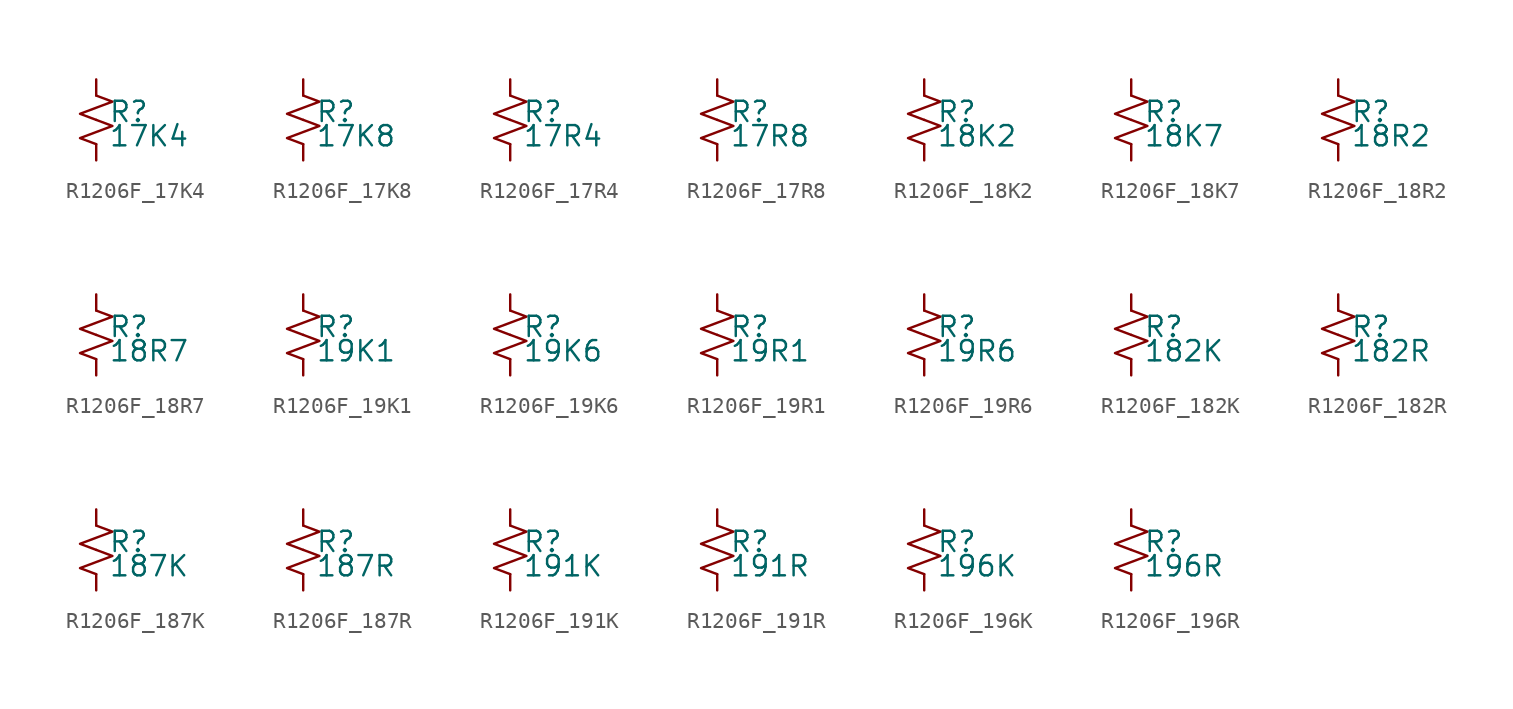
<source format=kicad_sym>
(kicad_symbol_lib
  (version 20220914)
  (generator kicad_symbol_editor)
  (symbol "R1206F_17K4"
    (pin_numbers hide)
    (pin_names
      (offset 0.254) hide)
    (property "Reference" "R"
      (at 0.762 0.508 0)
      (effects (font (size 1.27 1.27)) (justify left)))
    (property "Value" "17K4"
      (at 0.762 -1.016 0)
      (effects (font (size 1.27 1.27)) (justify left)))
    (symbol "R1206F_17K4_1_1"
      (polyline (pts (xy 0 0) (xy 1.016 -0.381) (xy 0 -0.762) (xy -1.016 -1.143) (xy 0 -1.524)) (stroke (width 0) (type default)) (fill (type none)))
      (polyline (pts (xy 0 1.524) (xy 1.016 1.143) (xy 0 0.762) (xy -1.016 0.381) (xy 0 0)) (stroke (width 0) (type default)) (fill (type none)))
      (pin passive line (at 0 2.54 270) (length 1.016) (name "~" (effects (font (size 1.27 1.27)))) (number "1" (effects (font (size 1.27 1.27)))))
      (pin passive line (at 0 -2.54 90) (length 1.016) (name "~" (effects (font (size 1.27 1.27)))) (number "2" (effects (font (size 1.27 1.27)))))))
  (symbol "R1206F_17K8"
    (pin_numbers hide)
    (pin_names
      (offset 0.254) hide)
    (property "Reference" "R"
      (at 0.762 0.508 0)
      (effects (font (size 1.27 1.27)) (justify left)))
    (property "Value" "17K8"
      (at 0.762 -1.016 0)
      (effects (font (size 1.27 1.27)) (justify left)))
    (symbol "R1206F_17K8_1_1"
      (polyline (pts (xy 0 0) (xy 1.016 -0.381) (xy 0 -0.762) (xy -1.016 -1.143) (xy 0 -1.524)) (stroke (width 0) (type default)) (fill (type none)))
      (polyline (pts (xy 0 1.524) (xy 1.016 1.143) (xy 0 0.762) (xy -1.016 0.381) (xy 0 0)) (stroke (width 0) (type default)) (fill (type none)))
      (pin passive line (at 0 2.54 270) (length 1.016) (name "~" (effects (font (size 1.27 1.27)))) (number "1" (effects (font (size 1.27 1.27)))))
      (pin passive line (at 0 -2.54 90) (length 1.016) (name "~" (effects (font (size 1.27 1.27)))) (number "2" (effects (font (size 1.27 1.27)))))))
  (symbol "R1206F_17R4"
    (pin_numbers hide)
    (pin_names
      (offset 0.254) hide)
    (property "Reference" "R"
      (at 0.762 0.508 0)
      (effects (font (size 1.27 1.27)) (justify left)))
    (property "Value" "17R4"
      (at 0.762 -1.016 0)
      (effects (font (size 1.27 1.27)) (justify left)))
    (symbol "R1206F_17R4_1_1"
      (polyline (pts (xy 0 0) (xy 1.016 -0.381) (xy 0 -0.762) (xy -1.016 -1.143) (xy 0 -1.524)) (stroke (width 0) (type default)) (fill (type none)))
      (polyline (pts (xy 0 1.524) (xy 1.016 1.143) (xy 0 0.762) (xy -1.016 0.381) (xy 0 0)) (stroke (width 0) (type default)) (fill (type none)))
      (pin passive line (at 0 2.54 270) (length 1.016) (name "~" (effects (font (size 1.27 1.27)))) (number "1" (effects (font (size 1.27 1.27)))))
      (pin passive line (at 0 -2.54 90) (length 1.016) (name "~" (effects (font (size 1.27 1.27)))) (number "2" (effects (font (size 1.27 1.27)))))))
  (symbol "R1206F_17R8"
    (pin_numbers hide)
    (pin_names
      (offset 0.254) hide)
    (property "Reference" "R"
      (at 0.762 0.508 0)
      (effects (font (size 1.27 1.27)) (justify left)))
    (property "Value" "17R8"
      (at 0.762 -1.016 0)
      (effects (font (size 1.27 1.27)) (justify left)))
    (symbol "R1206F_17R8_1_1"
      (polyline (pts (xy 0 0) (xy 1.016 -0.381) (xy 0 -0.762) (xy -1.016 -1.143) (xy 0 -1.524)) (stroke (width 0) (type default)) (fill (type none)))
      (polyline (pts (xy 0 1.524) (xy 1.016 1.143) (xy 0 0.762) (xy -1.016 0.381) (xy 0 0)) (stroke (width 0) (type default)) (fill (type none)))
      (pin passive line (at 0 2.54 270) (length 1.016) (name "~" (effects (font (size 1.27 1.27)))) (number "1" (effects (font (size 1.27 1.27)))))
      (pin passive line (at 0 -2.54 90) (length 1.016) (name "~" (effects (font (size 1.27 1.27)))) (number "2" (effects (font (size 1.27 1.27)))))))
  (symbol "R1206F_18K2"
    (pin_numbers hide)
    (pin_names
      (offset 0.254) hide)
    (property "Reference" "R"
      (at 0.762 0.508 0)
      (effects (font (size 1.27 1.27)) (justify left)))
    (property "Value" "18K2"
      (at 0.762 -1.016 0)
      (effects (font (size 1.27 1.27)) (justify left)))
    (symbol "R1206F_18K2_1_1"
      (polyline (pts (xy 0 0) (xy 1.016 -0.381) (xy 0 -0.762) (xy -1.016 -1.143) (xy 0 -1.524)) (stroke (width 0) (type default)) (fill (type none)))
      (polyline (pts (xy 0 1.524) (xy 1.016 1.143) (xy 0 0.762) (xy -1.016 0.381) (xy 0 0)) (stroke (width 0) (type default)) (fill (type none)))
      (pin passive line (at 0 2.54 270) (length 1.016) (name "~" (effects (font (size 1.27 1.27)))) (number "1" (effects (font (size 1.27 1.27)))))
      (pin passive line (at 0 -2.54 90) (length 1.016) (name "~" (effects (font (size 1.27 1.27)))) (number "2" (effects (font (size 1.27 1.27)))))))
  (symbol "R1206F_18K7"
    (pin_numbers hide)
    (pin_names
      (offset 0.254) hide)
    (property "Reference" "R"
      (at 0.762 0.508 0)
      (effects (font (size 1.27 1.27)) (justify left)))
    (property "Value" "18K7"
      (at 0.762 -1.016 0)
      (effects (font (size 1.27 1.27)) (justify left)))
    (symbol "R1206F_18K7_1_1"
      (polyline (pts (xy 0 0) (xy 1.016 -0.381) (xy 0 -0.762) (xy -1.016 -1.143) (xy 0 -1.524)) (stroke (width 0) (type default)) (fill (type none)))
      (polyline (pts (xy 0 1.524) (xy 1.016 1.143) (xy 0 0.762) (xy -1.016 0.381) (xy 0 0)) (stroke (width 0) (type default)) (fill (type none)))
      (pin passive line (at 0 2.54 270) (length 1.016) (name "~" (effects (font (size 1.27 1.27)))) (number "1" (effects (font (size 1.27 1.27)))))
      (pin passive line (at 0 -2.54 90) (length 1.016) (name "~" (effects (font (size 1.27 1.27)))) (number "2" (effects (font (size 1.27 1.27)))))))
  (symbol "R1206F_18R2"
    (pin_numbers hide)
    (pin_names
      (offset 0.254) hide)
    (property "Reference" "R"
      (at 0.762 0.508 0)
      (effects (font (size 1.27 1.27)) (justify left)))
    (property "Value" "18R2"
      (at 0.762 -1.016 0)
      (effects (font (size 1.27 1.27)) (justify left)))
    (symbol "R1206F_18R2_1_1"
      (polyline (pts (xy 0 0) (xy 1.016 -0.381) (xy 0 -0.762) (xy -1.016 -1.143) (xy 0 -1.524)) (stroke (width 0) (type default)) (fill (type none)))
      (polyline (pts (xy 0 1.524) (xy 1.016 1.143) (xy 0 0.762) (xy -1.016 0.381) (xy 0 0)) (stroke (width 0) (type default)) (fill (type none)))
      (pin passive line (at 0 2.54 270) (length 1.016) (name "~" (effects (font (size 1.27 1.27)))) (number "1" (effects (font (size 1.27 1.27)))))
      (pin passive line (at 0 -2.54 90) (length 1.016) (name "~" (effects (font (size 1.27 1.27)))) (number "2" (effects (font (size 1.27 1.27)))))))
  (symbol "R1206F_18R7"
    (pin_numbers hide)
    (pin_names
      (offset 0.254) hide)
    (property "Reference" "R"
      (at 0.762 0.508 0)
      (effects (font (size 1.27 1.27)) (justify left)))
    (property "Value" "18R7"
      (at 0.762 -1.016 0)
      (effects (font (size 1.27 1.27)) (justify left)))
    (symbol "R1206F_18R7_1_1"
      (polyline (pts (xy 0 0) (xy 1.016 -0.381) (xy 0 -0.762) (xy -1.016 -1.143) (xy 0 -1.524)) (stroke (width 0) (type default)) (fill (type none)))
      (polyline (pts (xy 0 1.524) (xy 1.016 1.143) (xy 0 0.762) (xy -1.016 0.381) (xy 0 0)) (stroke (width 0) (type default)) (fill (type none)))
      (pin passive line (at 0 2.54 270) (length 1.016) (name "~" (effects (font (size 1.27 1.27)))) (number "1" (effects (font (size 1.27 1.27)))))
      (pin passive line (at 0 -2.54 90) (length 1.016) (name "~" (effects (font (size 1.27 1.27)))) (number "2" (effects (font (size 1.27 1.27)))))))
  (symbol "R1206F_19K1"
    (pin_numbers hide)
    (pin_names
      (offset 0.254) hide)
    (property "Reference" "R"
      (at 0.762 0.508 0)
      (effects (font (size 1.27 1.27)) (justify left)))
    (property "Value" "19K1"
      (at 0.762 -1.016 0)
      (effects (font (size 1.27 1.27)) (justify left)))
    (symbol "R1206F_19K1_1_1"
      (polyline (pts (xy 0 0) (xy 1.016 -0.381) (xy 0 -0.762) (xy -1.016 -1.143) (xy 0 -1.524)) (stroke (width 0) (type default)) (fill (type none)))
      (polyline (pts (xy 0 1.524) (xy 1.016 1.143) (xy 0 0.762) (xy -1.016 0.381) (xy 0 0)) (stroke (width 0) (type default)) (fill (type none)))
      (pin passive line (at 0 2.54 270) (length 1.016) (name "~" (effects (font (size 1.27 1.27)))) (number "1" (effects (font (size 1.27 1.27)))))
      (pin passive line (at 0 -2.54 90) (length 1.016) (name "~" (effects (font (size 1.27 1.27)))) (number "2" (effects (font (size 1.27 1.27)))))))
  (symbol "R1206F_19K6"
    (pin_numbers hide)
    (pin_names
      (offset 0.254) hide)
    (property "Reference" "R"
      (at 0.762 0.508 0)
      (effects (font (size 1.27 1.27)) (justify left)))
    (property "Value" "19K6"
      (at 0.762 -1.016 0)
      (effects (font (size 1.27 1.27)) (justify left)))
    (symbol "R1206F_19K6_1_1"
      (polyline (pts (xy 0 0) (xy 1.016 -0.381) (xy 0 -0.762) (xy -1.016 -1.143) (xy 0 -1.524)) (stroke (width 0) (type default)) (fill (type none)))
      (polyline (pts (xy 0 1.524) (xy 1.016 1.143) (xy 0 0.762) (xy -1.016 0.381) (xy 0 0)) (stroke (width 0) (type default)) (fill (type none)))
      (pin passive line (at 0 2.54 270) (length 1.016) (name "~" (effects (font (size 1.27 1.27)))) (number "1" (effects (font (size 1.27 1.27)))))
      (pin passive line (at 0 -2.54 90) (length 1.016) (name "~" (effects (font (size 1.27 1.27)))) (number "2" (effects (font (size 1.27 1.27)))))))
  (symbol "R1206F_19R1"
    (pin_numbers hide)
    (pin_names
      (offset 0.254) hide)
    (property "Reference" "R"
      (at 0.762 0.508 0)
      (effects (font (size 1.27 1.27)) (justify left)))
    (property "Value" "19R1"
      (at 0.762 -1.016 0)
      (effects (font (size 1.27 1.27)) (justify left)))
    (symbol "R1206F_19R1_1_1"
      (polyline (pts (xy 0 0) (xy 1.016 -0.381) (xy 0 -0.762) (xy -1.016 -1.143) (xy 0 -1.524)) (stroke (width 0) (type default)) (fill (type none)))
      (polyline (pts (xy 0 1.524) (xy 1.016 1.143) (xy 0 0.762) (xy -1.016 0.381) (xy 0 0)) (stroke (width 0) (type default)) (fill (type none)))
      (pin passive line (at 0 2.54 270) (length 1.016) (name "~" (effects (font (size 1.27 1.27)))) (number "1" (effects (font (size 1.27 1.27)))))
      (pin passive line (at 0 -2.54 90) (length 1.016) (name "~" (effects (font (size 1.27 1.27)))) (number "2" (effects (font (size 1.27 1.27)))))))
  (symbol "R1206F_19R6"
    (pin_numbers hide)
    (pin_names
      (offset 0.254) hide)
    (property "Reference" "R"
      (at 0.762 0.508 0)
      (effects (font (size 1.27 1.27)) (justify left)))
    (property "Value" "19R6"
      (at 0.762 -1.016 0)
      (effects (font (size 1.27 1.27)) (justify left)))
    (symbol "R1206F_19R6_1_1"
      (polyline (pts (xy 0 0) (xy 1.016 -0.381) (xy 0 -0.762) (xy -1.016 -1.143) (xy 0 -1.524)) (stroke (width 0) (type default)) (fill (type none)))
      (polyline (pts (xy 0 1.524) (xy 1.016 1.143) (xy 0 0.762) (xy -1.016 0.381) (xy 0 0)) (stroke (width 0) (type default)) (fill (type none)))
      (pin passive line (at 0 2.54 270) (length 1.016) (name "~" (effects (font (size 1.27 1.27)))) (number "1" (effects (font (size 1.27 1.27)))))
      (pin passive line (at 0 -2.54 90) (length 1.016) (name "~" (effects (font (size 1.27 1.27)))) (number "2" (effects (font (size 1.27 1.27)))))))
  (symbol "R1206F_182K"
    (pin_numbers hide)
    (pin_names
      (offset 0.254) hide)
    (property "Reference" "R"
      (at 0.762 0.508 0)
      (effects (font (size 1.27 1.27)) (justify left)))
    (property "Value" "182K"
      (at 0.762 -1.016 0)
      (effects (font (size 1.27 1.27)) (justify left)))
    (symbol "R1206F_182K_1_1"
      (polyline (pts (xy 0 0) (xy 1.016 -0.381) (xy 0 -0.762) (xy -1.016 -1.143) (xy 0 -1.524)) (stroke (width 0) (type default)) (fill (type none)))
      (polyline (pts (xy 0 1.524) (xy 1.016 1.143) (xy 0 0.762) (xy -1.016 0.381) (xy 0 0)) (stroke (width 0) (type default)) (fill (type none)))
      (pin passive line (at 0 2.54 270) (length 1.016) (name "~" (effects (font (size 1.27 1.27)))) (number "1" (effects (font (size 1.27 1.27)))))
      (pin passive line (at 0 -2.54 90) (length 1.016) (name "~" (effects (font (size 1.27 1.27)))) (number "2" (effects (font (size 1.27 1.27)))))))
  (symbol "R1206F_182R"
    (pin_numbers hide)
    (pin_names
      (offset 0.254) hide)
    (property "Reference" "R"
      (at 0.762 0.508 0)
      (effects (font (size 1.27 1.27)) (justify left)))
    (property "Value" "182R"
      (at 0.762 -1.016 0)
      (effects (font (size 1.27 1.27)) (justify left)))
    (symbol "R1206F_182R_1_1"
      (polyline (pts (xy 0 0) (xy 1.016 -0.381) (xy 0 -0.762) (xy -1.016 -1.143) (xy 0 -1.524)) (stroke (width 0) (type default)) (fill (type none)))
      (polyline (pts (xy 0 1.524) (xy 1.016 1.143) (xy 0 0.762) (xy -1.016 0.381) (xy 0 0)) (stroke (width 0) (type default)) (fill (type none)))
      (pin passive line (at 0 2.54 270) (length 1.016) (name "~" (effects (font (size 1.27 1.27)))) (number "1" (effects (font (size 1.27 1.27)))))
      (pin passive line (at 0 -2.54 90) (length 1.016) (name "~" (effects (font (size 1.27 1.27)))) (number "2" (effects (font (size 1.27 1.27)))))))
  (symbol "R1206F_187K"
    (pin_numbers hide)
    (pin_names
      (offset 0.254) hide)
    (property "Reference" "R"
      (at 0.762 0.508 0)
      (effects (font (size 1.27 1.27)) (justify left)))
    (property "Value" "187K"
      (at 0.762 -1.016 0)
      (effects (font (size 1.27 1.27)) (justify left)))
    (symbol "R1206F_187K_1_1"
      (polyline (pts (xy 0 0) (xy 1.016 -0.381) (xy 0 -0.762) (xy -1.016 -1.143) (xy 0 -1.524)) (stroke (width 0) (type default)) (fill (type none)))
      (polyline (pts (xy 0 1.524) (xy 1.016 1.143) (xy 0 0.762) (xy -1.016 0.381) (xy 0 0)) (stroke (width 0) (type default)) (fill (type none)))
      (pin passive line (at 0 2.54 270) (length 1.016) (name "~" (effects (font (size 1.27 1.27)))) (number "1" (effects (font (size 1.27 1.27)))))
      (pin passive line (at 0 -2.54 90) (length 1.016) (name "~" (effects (font (size 1.27 1.27)))) (number "2" (effects (font (size 1.27 1.27)))))))
  (symbol "R1206F_187R"
    (pin_numbers hide)
    (pin_names
      (offset 0.254) hide)
    (property "Reference" "R"
      (at 0.762 0.508 0)
      (effects (font (size 1.27 1.27)) (justify left)))
    (property "Value" "187R"
      (at 0.762 -1.016 0)
      (effects (font (size 1.27 1.27)) (justify left)))
    (symbol "R1206F_187R_1_1"
      (polyline (pts (xy 0 0) (xy 1.016 -0.381) (xy 0 -0.762) (xy -1.016 -1.143) (xy 0 -1.524)) (stroke (width 0) (type default)) (fill (type none)))
      (polyline (pts (xy 0 1.524) (xy 1.016 1.143) (xy 0 0.762) (xy -1.016 0.381) (xy 0 0)) (stroke (width 0) (type default)) (fill (type none)))
      (pin passive line (at 0 2.54 270) (length 1.016) (name "~" (effects (font (size 1.27 1.27)))) (number "1" (effects (font (size 1.27 1.27)))))
      (pin passive line (at 0 -2.54 90) (length 1.016) (name "~" (effects (font (size 1.27 1.27)))) (number "2" (effects (font (size 1.27 1.27)))))))
  (symbol "R1206F_191K"
    (pin_numbers hide)
    (pin_names
      (offset 0.254) hide)
    (property "Reference" "R"
      (at 0.762 0.508 0)
      (effects (font (size 1.27 1.27)) (justify left)))
    (property "Value" "191K"
      (at 0.762 -1.016 0)
      (effects (font (size 1.27 1.27)) (justify left)))
    (symbol "R1206F_191K_1_1"
      (polyline (pts (xy 0 0) (xy 1.016 -0.381) (xy 0 -0.762) (xy -1.016 -1.143) (xy 0 -1.524)) (stroke (width 0) (type default)) (fill (type none)))
      (polyline (pts (xy 0 1.524) (xy 1.016 1.143) (xy 0 0.762) (xy -1.016 0.381) (xy 0 0)) (stroke (width 0) (type default)) (fill (type none)))
      (pin passive line (at 0 2.54 270) (length 1.016) (name "~" (effects (font (size 1.27 1.27)))) (number "1" (effects (font (size 1.27 1.27)))))
      (pin passive line (at 0 -2.54 90) (length 1.016) (name "~" (effects (font (size 1.27 1.27)))) (number "2" (effects (font (size 1.27 1.27)))))))
  (symbol "R1206F_191R"
    (pin_numbers hide)
    (pin_names
      (offset 0.254) hide)
    (property "Reference" "R"
      (at 0.762 0.508 0)
      (effects (font (size 1.27 1.27)) (justify left)))
    (property "Value" "191R"
      (at 0.762 -1.016 0)
      (effects (font (size 1.27 1.27)) (justify left)))
    (symbol "R1206F_191R_1_1"
      (polyline (pts (xy 0 0) (xy 1.016 -0.381) (xy 0 -0.762) (xy -1.016 -1.143) (xy 0 -1.524)) (stroke (width 0) (type default)) (fill (type none)))
      (polyline (pts (xy 0 1.524) (xy 1.016 1.143) (xy 0 0.762) (xy -1.016 0.381) (xy 0 0)) (stroke (width 0) (type default)) (fill (type none)))
      (pin passive line (at 0 2.54 270) (length 1.016) (name "~" (effects (font (size 1.27 1.27)))) (number "1" (effects (font (size 1.27 1.27)))))
      (pin passive line (at 0 -2.54 90) (length 1.016) (name "~" (effects (font (size 1.27 1.27)))) (number "2" (effects (font (size 1.27 1.27)))))))
  (symbol "R1206F_196K"
    (pin_numbers hide)
    (pin_names
      (offset 0.254) hide)
    (property "Reference" "R"
      (at 0.762 0.508 0)
      (effects (font (size 1.27 1.27)) (justify left)))
    (property "Value" "196K"
      (at 0.762 -1.016 0)
      (effects (font (size 1.27 1.27)) (justify left)))
    (symbol "R1206F_196K_1_1"
      (polyline (pts (xy 0 0) (xy 1.016 -0.381) (xy 0 -0.762) (xy -1.016 -1.143) (xy 0 -1.524)) (stroke (width 0) (type default)) (fill (type none)))
      (polyline (pts (xy 0 1.524) (xy 1.016 1.143) (xy 0 0.762) (xy -1.016 0.381) (xy 0 0)) (stroke (width 0) (type default)) (fill (type none)))
      (pin passive line (at 0 2.54 270) (length 1.016) (name "~" (effects (font (size 1.27 1.27)))) (number "1" (effects (font (size 1.27 1.27)))))
      (pin passive line (at 0 -2.54 90) (length 1.016) (name "~" (effects (font (size 1.27 1.27)))) (number "2" (effects (font (size 1.27 1.27)))))))
  (symbol "R1206F_196R"
    (pin_numbers hide)
    (pin_names
      (offset 0.254) hide)
    (property "Reference" "R"
      (at 0.762 0.508 0)
      (effects (font (size 1.27 1.27)) (justify left)))
    (property "Value" "196R"
      (at 0.762 -1.016 0)
      (effects (font (size 1.27 1.27)) (justify left)))
    (symbol "R1206F_196R_1_1"
      (polyline (pts (xy 0 0) (xy 1.016 -0.381) (xy 0 -0.762) (xy -1.016 -1.143) (xy 0 -1.524)) (stroke (width 0) (type default)) (fill (type none)))
      (polyline (pts (xy 0 1.524) (xy 1.016 1.143) (xy 0 0.762) (xy -1.016 0.381) (xy 0 0)) (stroke (width 0) (type default)) (fill (type none)))
      (pin passive line (at 0 2.54 270) (length 1.016) (name "~" (effects (font (size 1.27 1.27)))) (number "1" (effects (font (size 1.27 1.27)))))
      (pin passive line (at 0 -2.54 90) (length 1.016) (name "~" (effects (font (size 1.27 1.27)))) (number "2" (effects (font (size 1.27 1.27))))))))
</source>
